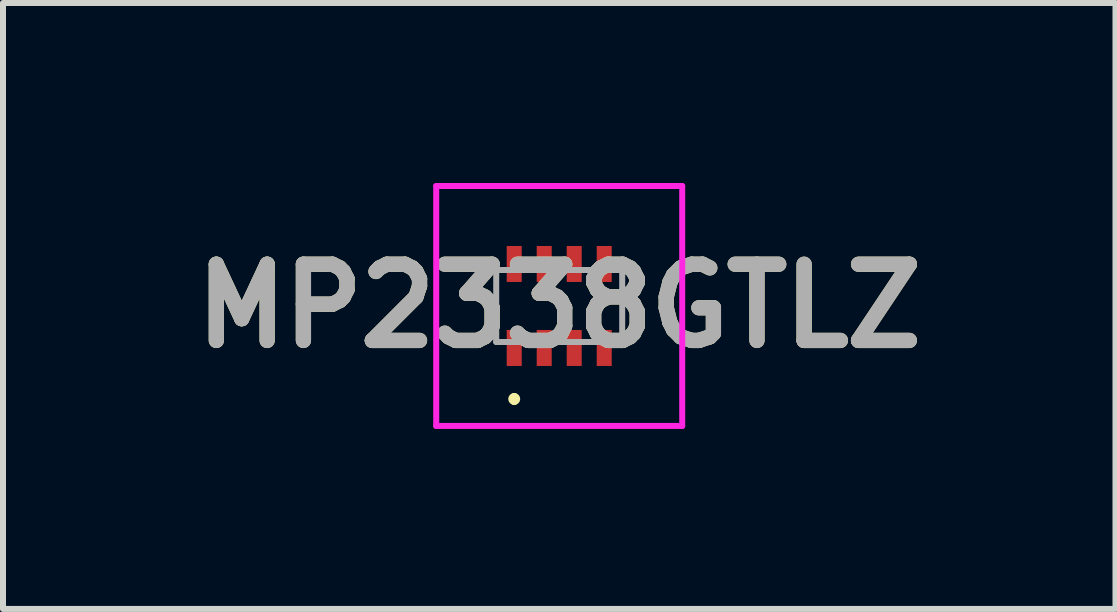
<source format=kicad_pcb>
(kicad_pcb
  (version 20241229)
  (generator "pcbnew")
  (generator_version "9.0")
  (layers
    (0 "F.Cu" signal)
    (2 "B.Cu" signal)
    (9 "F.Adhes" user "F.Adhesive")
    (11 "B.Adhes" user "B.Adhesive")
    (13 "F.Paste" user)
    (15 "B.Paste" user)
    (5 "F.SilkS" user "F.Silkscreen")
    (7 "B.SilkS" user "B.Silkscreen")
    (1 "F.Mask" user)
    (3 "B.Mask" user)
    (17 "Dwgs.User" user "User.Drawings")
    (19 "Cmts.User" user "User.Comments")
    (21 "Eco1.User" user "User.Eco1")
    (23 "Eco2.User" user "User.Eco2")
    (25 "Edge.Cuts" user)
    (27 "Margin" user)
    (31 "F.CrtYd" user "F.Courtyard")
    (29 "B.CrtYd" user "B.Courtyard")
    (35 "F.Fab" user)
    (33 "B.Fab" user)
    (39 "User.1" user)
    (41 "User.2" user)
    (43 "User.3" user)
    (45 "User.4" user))
  (footprint "MP2338GTLZ"
    (layer "F.Cu")
    (at 6.271 2.05)
    (property "Reference" "MP2338GTLZ" (at 0 0 0) (layer "F.SilkS") (effects (font (size 1.27 1.27) (thickness 0.254))))
    (attr smd)
    (fp_line (start -0.75 1.5) (end -0.75 1.5) (stroke (width 0.1) (type solid)) (layer "F.SilkS"))
    (fp_line (start -0.75 1.6) (end -0.75 1.6) (stroke (width 0.1) (type solid)) (layer "F.SilkS"))
    (fp_arc (start -0.75 1.5) (mid -0.7 1.55) (end -0.75 1.6) (stroke (width 0.1) (type solid)) (layer "F.SilkS"))
    (fp_arc (start -0.75 1.6) (mid -0.8 1.55) (end -0.75 1.5) (stroke (width 0.1) (type solid)) (layer "F.SilkS"))
    (fp_line (start -2.05 -2) (end 2.05 -2) (stroke (width 0.1) (type solid)) (layer "F.CrtYd"))
    (fp_line (start -2.05 2) (end -2.05 -2) (stroke (width 0.1) (type solid)) (layer "F.CrtYd"))
    (fp_line (start 2.05 -2) (end 2.05 2) (stroke (width 0.1) (type solid)) (layer "F.CrtYd"))
    (fp_line (start 2.05 2) (end -2.05 2) (stroke (width 0.1) (type solid)) (layer "F.CrtYd"))
    (fp_line (start -1.05 -0.6) (end -1.05 0.6) (stroke (width 0.1) (type solid)) (layer "F.Fab"))
    (fp_line (start -1.05 0.6) (end 1.05 0.6) (stroke (width 0.1) (type solid)) (layer "F.Fab"))
    (fp_line (start 1.05 -0.6) (end -1.05 -0.6) (stroke (width 0.1) (type solid)) (layer "F.Fab"))
    (fp_line (start 1.05 0.6) (end 1.05 -0.6) (stroke (width 0.1) (type solid)) (layer "F.Fab"))
    (fp_text user "${REFERENCE}" (at 0 0 0) (layer "F.Fab") (effects (font (size 1.27 1.27) (thickness 0.254))))
    (pad "1" smd rect (at -0.75 0.7) (size 0.25 0.6) (layers "F.Cu" "F.Mask" "F.Paste"))
    (pad "2" smd rect (at -0.25 0.7) (size 0.25 0.6) (layers "F.Cu" "F.Mask" "F.Paste"))
    (pad "3" smd rect (at 0.25 0.7) (size 0.25 0.6) (layers "F.Cu" "F.Mask" "F.Paste"))
    (pad "4" smd rect (at 0.75 0.7) (size 0.25 0.6) (layers "F.Cu" "F.Mask" "F.Paste"))
    (pad "5" smd rect (at 0.75 -0.7) (size 0.25 0.6) (layers "F.Cu" "F.Mask" "F.Paste"))
    (pad "6" smd rect (at 0.25 -0.7) (size 0.25 0.6) (layers "F.Cu" "F.Mask" "F.Paste"))
    (pad "7" smd rect (at -0.25 -0.7) (size 0.25 0.6) (layers "F.Cu" "F.Mask" "F.Paste"))
    (pad "8" smd rect (at -0.75 -0.7) (size 0.25 0.6) (layers "F.Cu" "F.Mask" "F.Paste")))
  (gr_rect
    (start -3 -3)
    (end 15.543 7.1)
    (stroke (width 0.1) (type default))
    (fill no)
    (layer "Edge.Cuts")))
</source>
